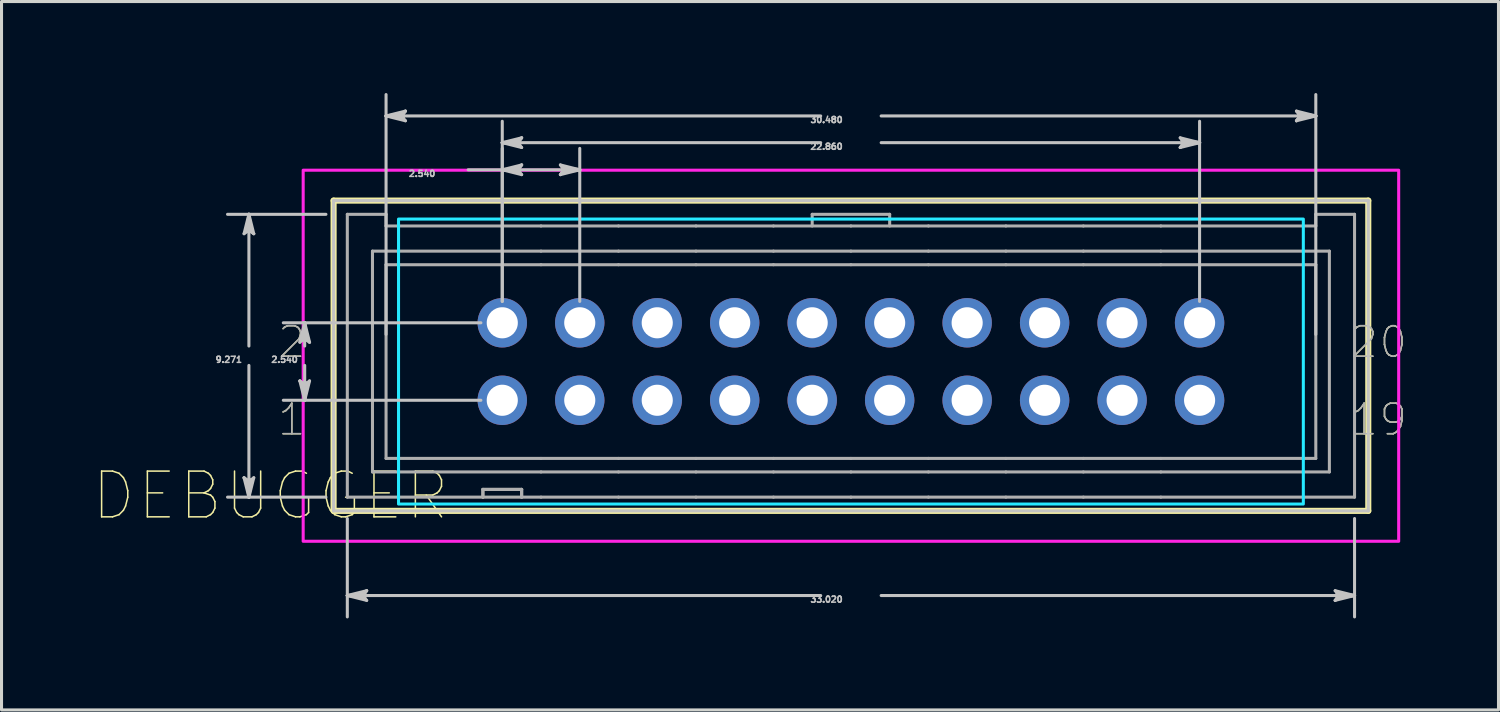
<source format=kicad_pcb>
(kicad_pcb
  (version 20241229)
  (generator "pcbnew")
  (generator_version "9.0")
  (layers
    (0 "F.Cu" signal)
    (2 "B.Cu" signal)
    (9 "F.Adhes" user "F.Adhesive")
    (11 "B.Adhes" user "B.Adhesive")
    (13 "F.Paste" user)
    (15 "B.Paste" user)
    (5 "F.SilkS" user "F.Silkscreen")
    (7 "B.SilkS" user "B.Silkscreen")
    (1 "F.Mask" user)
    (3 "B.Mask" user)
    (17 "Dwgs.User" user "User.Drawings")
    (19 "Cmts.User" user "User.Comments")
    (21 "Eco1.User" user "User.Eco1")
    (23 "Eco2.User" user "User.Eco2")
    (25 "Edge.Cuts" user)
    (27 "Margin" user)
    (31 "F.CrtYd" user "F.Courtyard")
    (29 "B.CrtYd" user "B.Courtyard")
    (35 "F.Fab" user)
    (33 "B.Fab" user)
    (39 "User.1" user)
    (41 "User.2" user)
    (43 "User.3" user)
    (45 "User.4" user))
  (footprint "DEBUGGER"
    (layer "F.Cu")
    (at 24.846 8.612)
    (property "Reference" "DEBUGGER" (at -19.029 4.59 0) (layer "F.SilkS") (effects (font (size 1.5 1.5) (thickness 0.05))))
    (attr through_hole)
    (fp_circle (center -11.43 -1.08) (end -10.569 -1.08) (stroke (width 0) (type solid)) (fill yes) (layer "F.Mask"))
    (fp_circle (center -11.43 1.46) (end -10.569 1.46) (stroke (width 0) (type solid)) (fill yes) (layer "F.Mask"))
    (fp_circle (center -8.89 -1.08) (end -8.029 -1.08) (stroke (width 0) (type solid)) (fill yes) (layer "F.Mask"))
    (fp_circle (center -8.89 1.46) (end -8.029 1.46) (stroke (width 0) (type solid)) (fill yes) (layer "F.Mask"))
    (fp_circle (center -6.35 -1.08) (end -5.489 -1.08) (stroke (width 0) (type solid)) (fill yes) (layer "F.Mask"))
    (fp_circle (center -6.35 1.46) (end -5.489 1.46) (stroke (width 0) (type solid)) (fill yes) (layer "F.Mask"))
    (fp_circle (center -3.81 -1.08) (end -2.949 -1.08) (stroke (width 0) (type solid)) (fill yes) (layer "F.Mask"))
    (fp_circle (center -3.81 1.46) (end -2.949 1.46) (stroke (width 0) (type solid)) (fill yes) (layer "F.Mask"))
    (fp_circle (center -1.27 -1.08) (end -0.409 -1.08) (stroke (width 0) (type solid)) (fill yes) (layer "F.Mask"))
    (fp_circle (center -1.27 1.46) (end -0.409 1.46) (stroke (width 0) (type solid)) (fill yes) (layer "F.Mask"))
    (fp_circle (center 1.27 -1.08) (end 2.131 -1.08) (stroke (width 0) (type solid)) (fill yes) (layer "F.Mask"))
    (fp_circle (center 1.27 1.46) (end 2.131 1.46) (stroke (width 0) (type solid)) (fill yes) (layer "F.Mask"))
    (fp_circle (center 3.81 -1.08) (end 4.671 -1.08) (stroke (width 0) (type solid)) (fill yes) (layer "F.Mask"))
    (fp_circle (center 3.81 1.46) (end 4.671 1.46) (stroke (width 0) (type solid)) (fill yes) (layer "F.Mask"))
    (fp_circle (center 6.35 -1.08) (end 7.211 -1.08) (stroke (width 0) (type solid)) (fill yes) (layer "F.Mask"))
    (fp_circle (center 6.35 1.46) (end 7.211 1.46) (stroke (width 0) (type solid)) (fill yes) (layer "F.Mask"))
    (fp_circle (center 8.89 -1.08) (end 9.751 -1.08) (stroke (width 0) (type solid)) (fill yes) (layer "F.Mask"))
    (fp_circle (center 8.89 1.46) (end 9.751 1.46) (stroke (width 0) (type solid)) (fill yes) (layer "F.Mask"))
    (fp_circle (center 11.43 -1.08) (end 12.291 -1.08) (stroke (width 0) (type solid)) (fill yes) (layer "F.Mask"))
    (fp_circle (center 11.43 1.46) (end 12.291 1.46) (stroke (width 0) (type solid)) (fill yes) (layer "F.Mask"))
    (fp_circle (center -11.43 -1.08) (end -10.569 -1.08) (stroke (width 0) (type solid)) (fill yes) (layer "B.Mask"))
    (fp_circle (center -11.43 1.46) (end -10.569 1.46) (stroke (width 0) (type solid)) (fill yes) (layer "B.Mask"))
    (fp_circle (center -8.89 -1.08) (end -8.029 -1.08) (stroke (width 0) (type solid)) (fill yes) (layer "B.Mask"))
    (fp_circle (center -8.89 1.46) (end -8.029 1.46) (stroke (width 0) (type solid)) (fill yes) (layer "B.Mask"))
    (fp_circle (center -6.35 -1.08) (end -5.489 -1.08) (stroke (width 0) (type solid)) (fill yes) (layer "B.Mask"))
    (fp_circle (center -6.35 1.46) (end -5.489 1.46) (stroke (width 0) (type solid)) (fill yes) (layer "B.Mask"))
    (fp_circle (center -3.81 -1.08) (end -2.949 -1.08) (stroke (width 0) (type solid)) (fill yes) (layer "B.Mask"))
    (fp_circle (center -3.81 1.46) (end -2.949 1.46) (stroke (width 0) (type solid)) (fill yes) (layer "B.Mask"))
    (fp_circle (center -1.27 -1.08) (end -0.409 -1.08) (stroke (width 0) (type solid)) (fill yes) (layer "B.Mask"))
    (fp_circle (center -1.27 1.46) (end -0.409 1.46) (stroke (width 0) (type solid)) (fill yes) (layer "B.Mask"))
    (fp_circle (center 1.27 -1.08) (end 2.131 -1.08) (stroke (width 0) (type solid)) (fill yes) (layer "B.Mask"))
    (fp_circle (center 1.27 1.46) (end 2.131 1.46) (stroke (width 0) (type solid)) (fill yes) (layer "B.Mask"))
    (fp_circle (center 3.81 -1.08) (end 4.671 -1.08) (stroke (width 0) (type solid)) (fill yes) (layer "B.Mask"))
    (fp_circle (center 3.81 1.46) (end 4.671 1.46) (stroke (width 0) (type solid)) (fill yes) (layer "B.Mask"))
    (fp_circle (center 6.35 -1.08) (end 7.211 -1.08) (stroke (width 0) (type solid)) (fill yes) (layer "B.Mask"))
    (fp_circle (center 6.35 1.46) (end 7.211 1.46) (stroke (width 0) (type solid)) (fill yes) (layer "B.Mask"))
    (fp_circle (center 8.89 -1.08) (end 9.751 -1.08) (stroke (width 0) (type solid)) (fill yes) (layer "B.Mask"))
    (fp_circle (center 8.89 1.46) (end 9.751 1.46) (stroke (width 0) (type solid)) (fill yes) (layer "B.Mask"))
    (fp_circle (center 11.43 -1.08) (end 12.291 -1.08) (stroke (width 0) (type solid)) (fill yes) (layer "B.Mask"))
    (fp_circle (center 11.43 1.46) (end 12.291 1.46) (stroke (width 0) (type solid)) (fill yes) (layer "B.Mask"))
    (fp_line (start -16.96 -5.086) (end -16.96 5.086) (stroke (width 0.2) (type solid)) (layer "F.SilkS"))
    (fp_line (start -16.96 5.086) (end 16.96 5.086) (stroke (width 0.2) (type solid)) (layer "F.SilkS"))
    (fp_line (start 16.96 -5.086) (end -16.96 -5.086) (stroke (width 0.2) (type solid)) (layer "F.SilkS"))
    (fp_line (start 16.96 5.086) (end 16.96 -5.086) (stroke (width 0.2) (type solid)) (layer "F.SilkS"))
    (fp_line (start -19.895 -4) (end -19.736 -4.128) (stroke (width 0.1) (type solid)) (layer "Dwgs.User"))
    (fp_line (start -19.895 4) (end -19.736 4.636) (stroke (width 0.1) (type solid)) (layer "Dwgs.User"))
    (fp_line (start -19.815 -4.064) (end -19.736 -4.128) (stroke (width 0.1) (type solid)) (layer "Dwgs.User"))
    (fp_line (start -19.815 4.064) (end -19.895 4) (stroke (width 0.1) (type solid)) (layer "Dwgs.User"))
    (fp_line (start -19.736 -4.636) (end -19.895 -4) (stroke (width 0.1) (type solid)) (layer "Dwgs.User"))
    (fp_line (start -19.736 -4.636) (end -19.815 -4.064) (stroke (width 0.1) (type solid)) (layer "Dwgs.User"))
    (fp_line (start -19.736 -4.636) (end -19.656 -4.064) (stroke (width 0.1) (type solid)) (layer "Dwgs.User"))
    (fp_line (start -19.736 -4.128) (end -19.736 -4.636) (stroke (width 0.1) (type solid)) (layer "Dwgs.User"))
    (fp_line (start -19.736 -4.128) (end -19.577 -4) (stroke (width 0.1) (type solid)) (layer "Dwgs.User"))
    (fp_line (start -19.736 -0.318) (end -19.736 -4.636) (stroke (width 0.1) (type solid)) (layer "Dwgs.User"))
    (fp_line (start -19.736 0.318) (end -19.736 4.636) (stroke (width 0.1) (type solid)) (layer "Dwgs.User"))
    (fp_line (start -19.736 4.128) (end -19.895 4) (stroke (width 0.1) (type solid)) (layer "Dwgs.User"))
    (fp_line (start -19.736 4.128) (end -19.736 4.636) (stroke (width 0.1) (type solid)) (layer "Dwgs.User"))
    (fp_line (start -19.736 4.636) (end -19.815 4.064) (stroke (width 0.1) (type solid)) (layer "Dwgs.User"))
    (fp_line (start -19.736 4.636) (end -19.656 4.064) (stroke (width 0.1) (type solid)) (layer "Dwgs.User"))
    (fp_line (start -19.736 4.636) (end -19.577 4) (stroke (width 0.1) (type solid)) (layer "Dwgs.User"))
    (fp_line (start -19.656 -4.064) (end -19.577 -4) (stroke (width 0.1) (type solid)) (layer "Dwgs.User"))
    (fp_line (start -19.656 4.064) (end -19.736 4.128) (stroke (width 0.1) (type solid)) (layer "Dwgs.User"))
    (fp_line (start -19.577 -4) (end -19.736 -4.636) (stroke (width 0.1) (type solid)) (layer "Dwgs.User"))
    (fp_line (start -19.577 4) (end -19.736 4.128) (stroke (width 0.1) (type solid)) (layer "Dwgs.User"))
    (fp_line (start -18.066 -0.444) (end -17.907 -0.572) (stroke (width 0.1) (type solid)) (layer "Dwgs.User"))
    (fp_line (start -18.066 0.826) (end -17.907 1.46) (stroke (width 0.1) (type solid)) (layer "Dwgs.User"))
    (fp_line (start -17.986 -0.508) (end -17.907 -0.572) (stroke (width 0.1) (type solid)) (layer "Dwgs.User"))
    (fp_line (start -17.986 0.889) (end -18.066 0.826) (stroke (width 0.1) (type solid)) (layer "Dwgs.User"))
    (fp_line (start -17.907 -1.08) (end -18.066 -0.444) (stroke (width 0.1) (type solid)) (layer "Dwgs.User"))
    (fp_line (start -17.907 -1.08) (end -17.986 -0.508) (stroke (width 0.1) (type solid)) (layer "Dwgs.User"))
    (fp_line (start -17.907 -1.08) (end -17.828 -0.508) (stroke (width 0.1) (type solid)) (layer "Dwgs.User"))
    (fp_line (start -17.907 -0.572) (end -17.907 -1.08) (stroke (width 0.1) (type solid)) (layer "Dwgs.User"))
    (fp_line (start -17.907 -0.572) (end -17.748 -0.444) (stroke (width 0.1) (type solid)) (layer "Dwgs.User"))
    (fp_line (start -17.907 -0.318) (end -17.907 -1.08) (stroke (width 0.1) (type solid)) (layer "Dwgs.User"))
    (fp_line (start -17.907 0.318) (end -17.907 1.46) (stroke (width 0.1) (type solid)) (layer "Dwgs.User"))
    (fp_line (start -17.907 0.952) (end -18.066 0.826) (stroke (width 0.1) (type solid)) (layer "Dwgs.User"))
    (fp_line (start -17.907 0.952) (end -17.907 1.46) (stroke (width 0.1) (type solid)) (layer "Dwgs.User"))
    (fp_line (start -17.907 1.46) (end -17.986 0.889) (stroke (width 0.1) (type solid)) (layer "Dwgs.User"))
    (fp_line (start -17.907 1.46) (end -17.828 0.889) (stroke (width 0.1) (type solid)) (layer "Dwgs.User"))
    (fp_line (start -17.907 1.46) (end -17.748 0.826) (stroke (width 0.1) (type solid)) (layer "Dwgs.User"))
    (fp_line (start -17.828 -0.508) (end -17.748 -0.444) (stroke (width 0.1) (type solid)) (layer "Dwgs.User"))
    (fp_line (start -17.828 0.889) (end -17.907 0.952) (stroke (width 0.1) (type solid)) (layer "Dwgs.User"))
    (fp_line (start -17.748 -0.444) (end -17.907 -1.08) (stroke (width 0.1) (type solid)) (layer "Dwgs.User"))
    (fp_line (start -17.748 0.826) (end -17.907 0.952) (stroke (width 0.1) (type solid)) (layer "Dwgs.User"))
    (fp_line (start -17.211 -4.636) (end -20.437 -4.636) (stroke (width 0.1) (type solid)) (layer "Dwgs.User"))
    (fp_line (start -17.211 4.636) (end -20.437 4.636) (stroke (width 0.1) (type solid)) (layer "Dwgs.User"))
    (fp_line (start -16.96 -5.086) (end -16.96 5.086) (stroke (width 0.1) (type solid)) (layer "Dwgs.User"))
    (fp_line (start -16.96 5.086) (end 16.96 5.086) (stroke (width 0.1) (type solid)) (layer "Dwgs.User"))
    (fp_line (start -16.51 5.337) (end -16.51 8.562) (stroke (width 0.1) (type solid)) (layer "Dwgs.User"))
    (fp_line (start -16.51 7.861) (end -15.938 7.782) (stroke (width 0.1) (type solid)) (layer "Dwgs.User"))
    (fp_line (start -16.51 7.861) (end -15.938 7.941) (stroke (width 0.1) (type solid)) (layer "Dwgs.User"))
    (fp_line (start -16.51 7.861) (end -15.875 8.02) (stroke (width 0.1) (type solid)) (layer "Dwgs.User"))
    (fp_line (start -16.002 7.861) (end -16.51 7.861) (stroke (width 0.1) (type solid)) (layer "Dwgs.User"))
    (fp_line (start -16.002 7.861) (end -15.875 7.703) (stroke (width 0.1) (type solid)) (layer "Dwgs.User"))
    (fp_line (start -15.938 7.782) (end -15.875 7.703) (stroke (width 0.1) (type solid)) (layer "Dwgs.User"))
    (fp_line (start -15.938 7.941) (end -16.002 7.861) (stroke (width 0.1) (type solid)) (layer "Dwgs.User"))
    (fp_line (start -15.875 7.703) (end -16.51 7.861) (stroke (width 0.1) (type solid)) (layer "Dwgs.User"))
    (fp_line (start -15.875 8.02) (end -16.002 7.861) (stroke (width 0.1) (type solid)) (layer "Dwgs.User"))
    (fp_line (start -15.24 -7.861) (end -14.668 -7.941) (stroke (width 0.1) (type solid)) (layer "Dwgs.User"))
    (fp_line (start -15.24 -7.861) (end -14.668 -7.782) (stroke (width 0.1) (type solid)) (layer "Dwgs.User"))
    (fp_line (start -15.24 -7.861) (end -14.605 -7.703) (stroke (width 0.1) (type solid)) (layer "Dwgs.User"))
    (fp_line (start -15.24 -0.701) (end -15.24 -8.562) (stroke (width 0.1) (type solid)) (layer "Dwgs.User"))
    (fp_line (start -14.732 -7.861) (end -15.24 -7.861) (stroke (width 0.1) (type solid)) (layer "Dwgs.User"))
    (fp_line (start -14.732 -7.861) (end -14.605 -8.02) (stroke (width 0.1) (type solid)) (layer "Dwgs.User"))
    (fp_line (start -14.668 -7.941) (end -14.605 -8.02) (stroke (width 0.1) (type solid)) (layer "Dwgs.User"))
    (fp_line (start -14.668 -7.782) (end -14.732 -7.861) (stroke (width 0.1) (type solid)) (layer "Dwgs.User"))
    (fp_line (start -14.605 -8.02) (end -15.24 -7.861) (stroke (width 0.1) (type solid)) (layer "Dwgs.User"))
    (fp_line (start -14.605 -7.703) (end -14.732 -7.861) (stroke (width 0.1) (type solid)) (layer "Dwgs.User"))
    (fp_line (start -12.548 -6.096) (end -11.43 -6.096) (stroke (width 0.1) (type solid)) (layer "Dwgs.User"))
    (fp_line (start -12.131 -1.08) (end -18.608 -1.08) (stroke (width 0.1) (type solid)) (layer "Dwgs.User"))
    (fp_line (start -12.131 1.46) (end -18.608 1.46) (stroke (width 0.1) (type solid)) (layer "Dwgs.User"))
    (fp_line (start -11.43 -6.985) (end -10.858 -7.064) (stroke (width 0.1) (type solid)) (layer "Dwgs.User"))
    (fp_line (start -11.43 -6.985) (end -10.858 -6.906) (stroke (width 0.1) (type solid)) (layer "Dwgs.User"))
    (fp_line (start -11.43 -6.985) (end -10.795 -6.826) (stroke (width 0.1) (type solid)) (layer "Dwgs.User"))
    (fp_line (start -11.43 -6.096) (end -10.858 -6.175) (stroke (width 0.1) (type solid)) (layer "Dwgs.User"))
    (fp_line (start -11.43 -6.096) (end -10.858 -6.017) (stroke (width 0.1) (type solid)) (layer "Dwgs.User"))
    (fp_line (start -11.43 -6.096) (end -10.795 -5.937) (stroke (width 0.1) (type solid)) (layer "Dwgs.User"))
    (fp_line (start -11.43 -6.096) (end -8.89 -6.096) (stroke (width 0.1) (type solid)) (layer "Dwgs.User"))
    (fp_line (start -11.43 -1.781) (end -11.43 -7.686) (stroke (width 0.1) (type solid)) (layer "Dwgs.User"))
    (fp_line (start -11.43 -1.781) (end -11.43 -6.797) (stroke (width 0.1) (type solid)) (layer "Dwgs.User"))
    (fp_line (start -10.922 -6.985) (end -11.43 -6.985) (stroke (width 0.1) (type solid)) (layer "Dwgs.User"))
    (fp_line (start -10.922 -6.985) (end -10.795 -7.144) (stroke (width 0.1) (type solid)) (layer "Dwgs.User"))
    (fp_line (start -10.922 -6.096) (end -11.43 -6.096) (stroke (width 0.1) (type solid)) (layer "Dwgs.User"))
    (fp_line (start -10.922 -6.096) (end -10.795 -6.255) (stroke (width 0.1) (type solid)) (layer "Dwgs.User"))
    (fp_line (start -10.858 -7.064) (end -10.795 -7.144) (stroke (width 0.1) (type solid)) (layer "Dwgs.User"))
    (fp_line (start -10.858 -6.906) (end -10.922 -6.985) (stroke (width 0.1) (type solid)) (layer "Dwgs.User"))
    (fp_line (start -10.858 -6.175) (end -10.795 -6.255) (stroke (width 0.1) (type solid)) (layer "Dwgs.User"))
    (fp_line (start -10.858 -6.017) (end -10.922 -6.096) (stroke (width 0.1) (type solid)) (layer "Dwgs.User"))
    (fp_line (start -10.795 -7.144) (end -11.43 -6.985) (stroke (width 0.1) (type solid)) (layer "Dwgs.User"))
    (fp_line (start -10.795 -6.826) (end -10.922 -6.985) (stroke (width 0.1) (type solid)) (layer "Dwgs.User"))
    (fp_line (start -10.795 -6.255) (end -11.43 -6.096) (stroke (width 0.1) (type solid)) (layer "Dwgs.User"))
    (fp_line (start -10.795 -5.937) (end -10.922 -6.096) (stroke (width 0.1) (type solid)) (layer "Dwgs.User"))
    (fp_line (start -9.525 -6.255) (end -9.398 -6.096) (stroke (width 0.1) (type solid)) (layer "Dwgs.User"))
    (fp_line (start -9.525 -5.937) (end -8.89 -6.096) (stroke (width 0.1) (type solid)) (layer "Dwgs.User"))
    (fp_line (start -9.462 -6.175) (end -9.398 -6.096) (stroke (width 0.1) (type solid)) (layer "Dwgs.User"))
    (fp_line (start -9.462 -6.017) (end -9.525 -5.937) (stroke (width 0.1) (type solid)) (layer "Dwgs.User"))
    (fp_line (start -9.398 -6.096) (end -9.525 -5.937) (stroke (width 0.1) (type solid)) (layer "Dwgs.User"))
    (fp_line (start -9.398 -6.096) (end -8.89 -6.096) (stroke (width 0.1) (type solid)) (layer "Dwgs.User"))
    (fp_line (start -8.89 -6.096) (end -9.525 -6.255) (stroke (width 0.1) (type solid)) (layer "Dwgs.User"))
    (fp_line (start -8.89 -6.096) (end -9.462 -6.175) (stroke (width 0.1) (type solid)) (layer "Dwgs.User"))
    (fp_line (start -8.89 -6.096) (end -9.462 -6.017) (stroke (width 0.1) (type solid)) (layer "Dwgs.User"))
    (fp_line (start -8.89 -1.781) (end -8.89 -6.797) (stroke (width 0.1) (type solid)) (layer "Dwgs.User"))
    (fp_line (start -0.991 -7.861) (end -15.24 -7.861) (stroke (width 0.1) (type solid)) (layer "Dwgs.User"))
    (fp_line (start -0.991 -6.985) (end -11.43 -6.985) (stroke (width 0.1) (type solid)) (layer "Dwgs.User"))
    (fp_line (start -0.991 7.861) (end -16.51 7.861) (stroke (width 0.1) (type solid)) (layer "Dwgs.User"))
    (fp_line (start 0.991 -7.861) (end 15.24 -7.861) (stroke (width 0.1) (type solid)) (layer "Dwgs.User"))
    (fp_line (start 0.991 -6.985) (end 11.43 -6.985) (stroke (width 0.1) (type solid)) (layer "Dwgs.User"))
    (fp_line (start 0.991 7.861) (end 16.51 7.861) (stroke (width 0.1) (type solid)) (layer "Dwgs.User"))
    (fp_line (start 10.795 -7.144) (end 10.922 -6.985) (stroke (width 0.1) (type solid)) (layer "Dwgs.User"))
    (fp_line (start 10.795 -6.826) (end 11.43 -6.985) (stroke (width 0.1) (type solid)) (layer "Dwgs.User"))
    (fp_line (start 10.858 -7.064) (end 10.922 -6.985) (stroke (width 0.1) (type solid)) (layer "Dwgs.User"))
    (fp_line (start 10.858 -6.906) (end 10.795 -6.826) (stroke (width 0.1) (type solid)) (layer "Dwgs.User"))
    (fp_line (start 10.922 -6.985) (end 10.795 -6.826) (stroke (width 0.1) (type solid)) (layer "Dwgs.User"))
    (fp_line (start 10.922 -6.985) (end 11.43 -6.985) (stroke (width 0.1) (type solid)) (layer "Dwgs.User"))
    (fp_line (start 11.43 -6.985) (end 10.795 -7.144) (stroke (width 0.1) (type solid)) (layer "Dwgs.User"))
    (fp_line (start 11.43 -6.985) (end 10.858 -7.064) (stroke (width 0.1) (type solid)) (layer "Dwgs.User"))
    (fp_line (start 11.43 -6.985) (end 10.858 -6.906) (stroke (width 0.1) (type solid)) (layer "Dwgs.User"))
    (fp_line (start 11.43 -1.781) (end 11.43 -7.686) (stroke (width 0.1) (type solid)) (layer "Dwgs.User"))
    (fp_line (start 14.605 -8.02) (end 14.732 -7.861) (stroke (width 0.1) (type solid)) (layer "Dwgs.User"))
    (fp_line (start 14.605 -7.703) (end 15.24 -7.861) (stroke (width 0.1) (type solid)) (layer "Dwgs.User"))
    (fp_line (start 14.668 -7.941) (end 14.732 -7.861) (stroke (width 0.1) (type solid)) (layer "Dwgs.User"))
    (fp_line (start 14.668 -7.782) (end 14.605 -7.703) (stroke (width 0.1) (type solid)) (layer "Dwgs.User"))
    (fp_line (start 14.732 -7.861) (end 14.605 -7.703) (stroke (width 0.1) (type solid)) (layer "Dwgs.User"))
    (fp_line (start 14.732 -7.861) (end 15.24 -7.861) (stroke (width 0.1) (type solid)) (layer "Dwgs.User"))
    (fp_line (start 15.24 -7.861) (end 14.605 -8.02) (stroke (width 0.1) (type solid)) (layer "Dwgs.User"))
    (fp_line (start 15.24 -7.861) (end 14.668 -7.941) (stroke (width 0.1) (type solid)) (layer "Dwgs.User"))
    (fp_line (start 15.24 -7.861) (end 14.668 -7.782) (stroke (width 0.1) (type solid)) (layer "Dwgs.User"))
    (fp_line (start 15.24 -0.701) (end 15.24 -8.562) (stroke (width 0.1) (type solid)) (layer "Dwgs.User"))
    (fp_line (start 15.875 7.703) (end 16.002 7.861) (stroke (width 0.1) (type solid)) (layer "Dwgs.User"))
    (fp_line (start 15.875 8.02) (end 16.51 7.861) (stroke (width 0.1) (type solid)) (layer "Dwgs.User"))
    (fp_line (start 15.938 7.782) (end 16.002 7.861) (stroke (width 0.1) (type solid)) (layer "Dwgs.User"))
    (fp_line (start 15.938 7.941) (end 15.875 8.02) (stroke (width 0.1) (type solid)) (layer "Dwgs.User"))
    (fp_line (start 16.002 7.861) (end 15.875 8.02) (stroke (width 0.1) (type solid)) (layer "Dwgs.User"))
    (fp_line (start 16.002 7.861) (end 16.51 7.861) (stroke (width 0.1) (type solid)) (layer "Dwgs.User"))
    (fp_line (start 16.51 5.337) (end 16.51 8.562) (stroke (width 0.1) (type solid)) (layer "Dwgs.User"))
    (fp_line (start 16.51 7.861) (end 15.875 7.703) (stroke (width 0.1) (type solid)) (layer "Dwgs.User"))
    (fp_line (start 16.51 7.861) (end 15.938 7.782) (stroke (width 0.1) (type solid)) (layer "Dwgs.User"))
    (fp_line (start 16.51 7.861) (end 15.938 7.941) (stroke (width 0.1) (type solid)) (layer "Dwgs.User"))
    (fp_line (start 16.96 -5.086) (end -16.96 -5.086) (stroke (width 0.1) (type solid)) (layer "Dwgs.User"))
    (fp_line (start 16.96 5.086) (end 16.96 -5.086) (stroke (width 0.1) (type solid)) (layer "Dwgs.User"))
    (fp_poly (pts (xy -14.831 4.862) (xy -14.831 -4.48) (xy 14.831 -4.48) (xy 14.831 4.862) (xy -14.831 4.862)) (stroke (width 0.1) (type solid)) (fill no) (layer "B.CrtYd"))
    (fp_poly (pts (xy 17.957 -6.083) (xy -17.957 -6.083) (xy -17.957 6.083) (xy 17.957 6.083) (xy 17.957 -6.083)) (stroke (width 0.1) (type solid)) (fill no) (layer "F.CrtYd"))
    (fp_line (start -16.51 -4.636) (end -16.51 4.636) (stroke (width 0.1) (type solid)) (layer "F.Fab"))
    (fp_line (start -15.685 -3.429) (end -15.685 3.81) (stroke (width 0.1) (type solid)) (layer "F.Fab"))
    (fp_line (start -15.685 3.81) (end -10.16 3.81) (stroke (width 0.1) (type solid)) (layer "F.Fab"))
    (fp_line (start -15.24 -4.636) (end -16.51 -4.636) (stroke (width 0.1) (type solid)) (layer "F.Fab"))
    (fp_line (start -15.24 -4.254) (end -15.24 -4.636) (stroke (width 0.1) (type solid)) (layer "F.Fab"))
    (fp_line (start -15.24 -2.984) (end -15.24 3.366) (stroke (width 0.1) (type solid)) (layer "F.Fab"))
    (fp_line (start -15.24 3.366) (end -10.16 3.366) (stroke (width 0.1) (type solid)) (layer "F.Fab"))
    (fp_line (start -12.065 4.382) (end -12.065 4.636) (stroke (width 0.1) (type solid)) (layer "F.Fab"))
    (fp_line (start -12.065 4.382) (end -12.065 4.636) (stroke (width 0.1) (type solid)) (layer "F.Fab"))
    (fp_line (start -12.065 4.636) (end -16.51 4.636) (stroke (width 0.1) (type solid)) (layer "F.Fab"))
    (fp_line (start -11.748 -1.397) (end -11.748 -0.762) (stroke (width 0.1) (type solid)) (layer "F.Fab"))
    (fp_line (start -11.748 1.143) (end -11.748 1.778) (stroke (width 0.1) (type solid)) (layer "F.Fab"))
    (fp_line (start -11.112 -1.397) (end -11.748 -1.397) (stroke (width 0.1) (type solid)) (layer "F.Fab"))
    (fp_line (start -11.112 -1.397) (end -11.112 -0.762) (stroke (width 0.1) (type solid)) (layer "F.Fab"))
    (fp_line (start -11.112 -0.762) (end -11.748 -0.762) (stroke (width 0.1) (type solid)) (layer "F.Fab"))
    (fp_line (start -11.112 1.143) (end -11.748 1.143) (stroke (width 0.1) (type solid)) (layer "F.Fab"))
    (fp_line (start -11.112 1.143) (end -11.112 1.778) (stroke (width 0.1) (type solid)) (layer "F.Fab"))
    (fp_line (start -11.112 1.778) (end -11.748 1.778) (stroke (width 0.1) (type solid)) (layer "F.Fab"))
    (fp_line (start -10.795 4.382) (end -12.065 4.382) (stroke (width 0.1) (type solid)) (layer "F.Fab"))
    (fp_line (start -10.795 4.382) (end -12.065 4.382) (stroke (width 0.1) (type solid)) (layer "F.Fab"))
    (fp_line (start -10.795 4.382) (end -10.795 4.636) (stroke (width 0.1) (type solid)) (layer "F.Fab"))
    (fp_line (start -10.795 4.382) (end -10.795 4.636) (stroke (width 0.1) (type solid)) (layer "F.Fab"))
    (fp_line (start -10.795 4.636) (end -12.065 4.636) (stroke (width 0.1) (type solid)) (layer "F.Fab"))
    (fp_line (start -10.16 -4.254) (end -15.24 -4.254) (stroke (width 0.1) (type solid)) (layer "F.Fab"))
    (fp_line (start -10.16 -3.429) (end -15.685 -3.429) (stroke (width 0.1) (type solid)) (layer "F.Fab"))
    (fp_line (start -10.16 -2.984) (end -15.24 -2.984) (stroke (width 0.1) (type solid)) (layer "F.Fab"))
    (fp_line (start -10.16 3.366) (end -7.62 3.366) (stroke (width 0.1) (type solid)) (layer "F.Fab"))
    (fp_line (start -10.16 3.81) (end -7.62 3.81) (stroke (width 0.1) (type solid)) (layer "F.Fab"))
    (fp_line (start -10.16 4.636) (end -10.795 4.636) (stroke (width 0.1) (type solid)) (layer "F.Fab"))
    (fp_line (start -9.208 -0.762) (end -9.208 -1.397) (stroke (width 0.1) (type solid)) (layer "F.Fab"))
    (fp_line (start -9.208 1.778) (end -9.208 1.143) (stroke (width 0.1) (type solid)) (layer "F.Fab"))
    (fp_line (start -8.572 -1.397) (end -9.208 -1.397) (stroke (width 0.1) (type solid)) (layer "F.Fab"))
    (fp_line (start -8.572 -1.397) (end -8.572 -0.762) (stroke (width 0.1) (type solid)) (layer "F.Fab"))
    (fp_line (start -8.572 -0.762) (end -9.208 -0.762) (stroke (width 0.1) (type solid)) (layer "F.Fab"))
    (fp_line (start -8.572 1.143) (end -9.208 1.143) (stroke (width 0.1) (type solid)) (layer "F.Fab"))
    (fp_line (start -8.572 1.143) (end -8.572 1.778) (stroke (width 0.1) (type solid)) (layer "F.Fab"))
    (fp_line (start -8.572 1.778) (end -9.208 1.778) (stroke (width 0.1) (type solid)) (layer "F.Fab"))
    (fp_line (start -7.62 -4.254) (end -10.16 -4.254) (stroke (width 0.1) (type solid)) (layer "F.Fab"))
    (fp_line (start -7.62 -3.429) (end -10.16 -3.429) (stroke (width 0.1) (type solid)) (layer "F.Fab"))
    (fp_line (start -7.62 -2.984) (end -10.16 -2.984) (stroke (width 0.1) (type solid)) (layer "F.Fab"))
    (fp_line (start -7.62 3.366) (end -5.08 3.366) (stroke (width 0.1) (type solid)) (layer "F.Fab"))
    (fp_line (start -7.62 3.81) (end -5.08 3.81) (stroke (width 0.1) (type solid)) (layer "F.Fab"))
    (fp_line (start -7.62 4.636) (end -10.16 4.636) (stroke (width 0.1) (type solid)) (layer "F.Fab"))
    (fp_line (start -6.668 -0.762) (end -6.668 -1.397) (stroke (width 0.1) (type solid)) (layer "F.Fab"))
    (fp_line (start -6.668 1.778) (end -6.668 1.143) (stroke (width 0.1) (type solid)) (layer "F.Fab"))
    (fp_line (start -6.032 -1.397) (end -6.668 -1.397) (stroke (width 0.1) (type solid)) (layer "F.Fab"))
    (fp_line (start -6.032 -1.397) (end -6.032 -0.762) (stroke (width 0.1) (type solid)) (layer "F.Fab"))
    (fp_line (start -6.032 -0.762) (end -6.668 -0.762) (stroke (width 0.1) (type solid)) (layer "F.Fab"))
    (fp_line (start -6.032 1.143) (end -6.668 1.143) (stroke (width 0.1) (type solid)) (layer "F.Fab"))
    (fp_line (start -6.032 1.143) (end -6.032 1.778) (stroke (width 0.1) (type solid)) (layer "F.Fab"))
    (fp_line (start -6.032 1.778) (end -6.668 1.778) (stroke (width 0.1) (type solid)) (layer "F.Fab"))
    (fp_line (start -5.08 -4.254) (end -7.62 -4.254) (stroke (width 0.1) (type solid)) (layer "F.Fab"))
    (fp_line (start -5.08 -3.429) (end -7.62 -3.429) (stroke (width 0.1) (type solid)) (layer "F.Fab"))
    (fp_line (start -5.08 -2.984) (end -7.62 -2.984) (stroke (width 0.1) (type solid)) (layer "F.Fab"))
    (fp_line (start -5.08 3.366) (end -2.54 3.366) (stroke (width 0.1) (type solid)) (layer "F.Fab"))
    (fp_line (start -5.08 3.81) (end -2.54 3.81) (stroke (width 0.1) (type solid)) (layer "F.Fab"))
    (fp_line (start -5.08 4.636) (end -7.62 4.636) (stroke (width 0.1) (type solid)) (layer "F.Fab"))
    (fp_line (start -4.128 -0.762) (end -4.128 -1.397) (stroke (width 0.1) (type solid)) (layer "F.Fab"))
    (fp_line (start -4.128 1.778) (end -4.128 1.143) (stroke (width 0.1) (type solid)) (layer "F.Fab"))
    (fp_line (start -3.492 -1.397) (end -4.128 -1.397) (stroke (width 0.1) (type solid)) (layer "F.Fab"))
    (fp_line (start -3.492 -1.397) (end -3.492 -0.762) (stroke (width 0.1) (type solid)) (layer "F.Fab"))
    (fp_line (start -3.492 -0.762) (end -4.128 -0.762) (stroke (width 0.1) (type solid)) (layer "F.Fab"))
    (fp_line (start -3.492 1.143) (end -4.128 1.143) (stroke (width 0.1) (type solid)) (layer "F.Fab"))
    (fp_line (start -3.492 1.143) (end -3.492 1.778) (stroke (width 0.1) (type solid)) (layer "F.Fab"))
    (fp_line (start -3.492 1.778) (end -4.128 1.778) (stroke (width 0.1) (type solid)) (layer "F.Fab"))
    (fp_line (start -2.54 -4.254) (end -5.08 -4.254) (stroke (width 0.1) (type solid)) (layer "F.Fab"))
    (fp_line (start -2.54 -3.429) (end -5.08 -3.429) (stroke (width 0.1) (type solid)) (layer "F.Fab"))
    (fp_line (start -2.54 -2.984) (end -5.08 -2.984) (stroke (width 0.1) (type solid)) (layer "F.Fab"))
    (fp_line (start -2.54 3.366) (end 0 3.366) (stroke (width 0.1) (type solid)) (layer "F.Fab"))
    (fp_line (start -2.54 3.81) (end 0 3.81) (stroke (width 0.1) (type solid)) (layer "F.Fab"))
    (fp_line (start -2.54 4.636) (end -5.08 4.636) (stroke (width 0.1) (type solid)) (layer "F.Fab"))
    (fp_line (start -1.588 -0.762) (end -1.588 -1.397) (stroke (width 0.1) (type solid)) (layer "F.Fab"))
    (fp_line (start -1.588 1.778) (end -1.588 1.143) (stroke (width 0.1) (type solid)) (layer "F.Fab"))
    (fp_line (start -1.27 -4.636) (end -1.27 -4.254) (stroke (width 0.1) (type solid)) (layer "F.Fab"))
    (fp_line (start -0.952 -1.397) (end -1.588 -1.397) (stroke (width 0.1) (type solid)) (layer "F.Fab"))
    (fp_line (start -0.952 -1.397) (end -0.952 -0.762) (stroke (width 0.1) (type solid)) (layer "F.Fab"))
    (fp_line (start -0.952 -0.762) (end -1.588 -0.762) (stroke (width 0.1) (type solid)) (layer "F.Fab"))
    (fp_line (start -0.952 1.143) (end -1.588 1.143) (stroke (width 0.1) (type solid)) (layer "F.Fab"))
    (fp_line (start -0.952 1.143) (end -0.952 1.778) (stroke (width 0.1) (type solid)) (layer "F.Fab"))
    (fp_line (start -0.952 1.778) (end -1.588 1.778) (stroke (width 0.1) (type solid)) (layer "F.Fab"))
    (fp_line (start 0 -4.254) (end -2.54 -4.254) (stroke (width 0.1) (type solid)) (layer "F.Fab"))
    (fp_line (start 0 -3.429) (end -2.54 -3.429) (stroke (width 0.1) (type solid)) (layer "F.Fab"))
    (fp_line (start 0 -2.984) (end -2.54 -2.984) (stroke (width 0.1) (type solid)) (layer "F.Fab"))
    (fp_line (start 0 3.366) (end 2.54 3.366) (stroke (width 0.1) (type solid)) (layer "F.Fab"))
    (fp_line (start 0 3.81) (end 2.54 3.81) (stroke (width 0.1) (type solid)) (layer "F.Fab"))
    (fp_line (start 0 4.636) (end -2.54 4.636) (stroke (width 0.1) (type solid)) (layer "F.Fab"))
    (fp_line (start 0.952 -0.762) (end 0.952 -1.397) (stroke (width 0.1) (type solid)) (layer "F.Fab"))
    (fp_line (start 0.952 1.778) (end 0.952 1.143) (stroke (width 0.1) (type solid)) (layer "F.Fab"))
    (fp_line (start 1.27 -4.636) (end -1.27 -4.636) (stroke (width 0.1) (type solid)) (layer "F.Fab"))
    (fp_line (start 1.27 -4.254) (end 1.27 -4.636) (stroke (width 0.1) (type solid)) (layer "F.Fab"))
    (fp_line (start 1.588 -1.397) (end 0.952 -1.397) (stroke (width 0.1) (type solid)) (layer "F.Fab"))
    (fp_line (start 1.588 -1.397) (end 1.588 -0.762) (stroke (width 0.1) (type solid)) (layer "F.Fab"))
    (fp_line (start 1.588 -0.762) (end 0.952 -0.762) (stroke (width 0.1) (type solid)) (layer "F.Fab"))
    (fp_line (start 1.588 1.143) (end 0.952 1.143) (stroke (width 0.1) (type solid)) (layer "F.Fab"))
    (fp_line (start 1.588 1.143) (end 1.588 1.778) (stroke (width 0.1) (type solid)) (layer "F.Fab"))
    (fp_line (start 1.588 1.778) (end 0.952 1.778) (stroke (width 0.1) (type solid)) (layer "F.Fab"))
    (fp_line (start 2.54 -4.254) (end 0 -4.254) (stroke (width 0.1) (type solid)) (layer "F.Fab"))
    (fp_line (start 2.54 -3.429) (end 0 -3.429) (stroke (width 0.1) (type solid)) (layer "F.Fab"))
    (fp_line (start 2.54 -2.984) (end 0 -2.984) (stroke (width 0.1) (type solid)) (layer "F.Fab"))
    (fp_line (start 2.54 3.366) (end 5.08 3.366) (stroke (width 0.1) (type solid)) (layer "F.Fab"))
    (fp_line (start 2.54 3.81) (end 5.08 3.81) (stroke (width 0.1) (type solid)) (layer "F.Fab"))
    (fp_line (start 2.54 4.636) (end 0 4.636) (stroke (width 0.1) (type solid)) (layer "F.Fab"))
    (fp_line (start 3.492 -0.762) (end 3.492 -1.397) (stroke (width 0.1) (type solid)) (layer "F.Fab"))
    (fp_line (start 3.492 1.778) (end 3.492 1.143) (stroke (width 0.1) (type solid)) (layer "F.Fab"))
    (fp_line (start 4.128 -1.397) (end 3.492 -1.397) (stroke (width 0.1) (type solid)) (layer "F.Fab"))
    (fp_line (start 4.128 -1.397) (end 4.128 -0.762) (stroke (width 0.1) (type solid)) (layer "F.Fab"))
    (fp_line (start 4.128 -0.762) (end 3.492 -0.762) (stroke (width 0.1) (type solid)) (layer "F.Fab"))
    (fp_line (start 4.128 1.143) (end 3.492 1.143) (stroke (width 0.1) (type solid)) (layer "F.Fab"))
    (fp_line (start 4.128 1.143) (end 4.128 1.778) (stroke (width 0.1) (type solid)) (layer "F.Fab"))
    (fp_line (start 4.128 1.778) (end 3.492 1.778) (stroke (width 0.1) (type solid)) (layer "F.Fab"))
    (fp_line (start 5.08 -4.254) (end 2.54 -4.254) (stroke (width 0.1) (type solid)) (layer "F.Fab"))
    (fp_line (start 5.08 -3.429) (end 2.54 -3.429) (stroke (width 0.1) (type solid)) (layer "F.Fab"))
    (fp_line (start 5.08 -2.984) (end 2.54 -2.984) (stroke (width 0.1) (type solid)) (layer "F.Fab"))
    (fp_line (start 5.08 3.366) (end 7.62 3.366) (stroke (width 0.1) (type solid)) (layer "F.Fab"))
    (fp_line (start 5.08 3.81) (end 7.62 3.81) (stroke (width 0.1) (type solid)) (layer "F.Fab"))
    (fp_line (start 5.08 4.636) (end 2.54 4.636) (stroke (width 0.1) (type solid)) (layer "F.Fab"))
    (fp_line (start 6.032 -0.762) (end 6.032 -1.397) (stroke (width 0.1) (type solid)) (layer "F.Fab"))
    (fp_line (start 6.032 1.778) (end 6.032 1.143) (stroke (width 0.1) (type solid)) (layer "F.Fab"))
    (fp_line (start 6.668 -1.397) (end 6.032 -1.397) (stroke (width 0.1) (type solid)) (layer "F.Fab"))
    (fp_line (start 6.668 -1.397) (end 6.668 -0.762) (stroke (width 0.1) (type solid)) (layer "F.Fab"))
    (fp_line (start 6.668 -0.762) (end 6.032 -0.762) (stroke (width 0.1) (type solid)) (layer "F.Fab"))
    (fp_line (start 6.668 1.143) (end 6.032 1.143) (stroke (width 0.1) (type solid)) (layer "F.Fab"))
    (fp_line (start 6.668 1.143) (end 6.668 1.778) (stroke (width 0.1) (type solid)) (layer "F.Fab"))
    (fp_line (start 6.668 1.778) (end 6.032 1.778) (stroke (width 0.1) (type solid)) (layer "F.Fab"))
    (fp_line (start 7.62 -4.254) (end 5.08 -4.254) (stroke (width 0.1) (type solid)) (layer "F.Fab"))
    (fp_line (start 7.62 -3.429) (end 5.08 -3.429) (stroke (width 0.1) (type solid)) (layer "F.Fab"))
    (fp_line (start 7.62 -2.984) (end 5.08 -2.984) (stroke (width 0.1) (type solid)) (layer "F.Fab"))
    (fp_line (start 7.62 3.366) (end 10.16 3.366) (stroke (width 0.1) (type solid)) (layer "F.Fab"))
    (fp_line (start 7.62 3.81) (end 10.16 3.81) (stroke (width 0.1) (type solid)) (layer "F.Fab"))
    (fp_line (start 7.62 4.636) (end 5.08 4.636) (stroke (width 0.1) (type solid)) (layer "F.Fab"))
    (fp_line (start 8.572 -0.762) (end 8.572 -1.397) (stroke (width 0.1) (type solid)) (layer "F.Fab"))
    (fp_line (start 8.572 1.778) (end 8.572 1.143) (stroke (width 0.1) (type solid)) (layer "F.Fab"))
    (fp_line (start 9.208 -1.397) (end 8.572 -1.397) (stroke (width 0.1) (type solid)) (layer "F.Fab"))
    (fp_line (start 9.208 -1.397) (end 9.208 -0.762) (stroke (width 0.1) (type solid)) (layer "F.Fab"))
    (fp_line (start 9.208 -0.762) (end 8.572 -0.762) (stroke (width 0.1) (type solid)) (layer "F.Fab"))
    (fp_line (start 9.208 1.143) (end 8.572 1.143) (stroke (width 0.1) (type solid)) (layer "F.Fab"))
    (fp_line (start 9.208 1.143) (end 9.208 1.778) (stroke (width 0.1) (type solid)) (layer "F.Fab"))
    (fp_line (start 9.208 1.778) (end 8.572 1.778) (stroke (width 0.1) (type solid)) (layer "F.Fab"))
    (fp_line (start 10.16 -4.254) (end 7.62 -4.254) (stroke (width 0.1) (type solid)) (layer "F.Fab"))
    (fp_line (start 10.16 -3.429) (end 7.62 -3.429) (stroke (width 0.1) (type solid)) (layer "F.Fab"))
    (fp_line (start 10.16 -2.984) (end 7.62 -2.984) (stroke (width 0.1) (type solid)) (layer "F.Fab"))
    (fp_line (start 10.16 3.366) (end 15.24 3.366) (stroke (width 0.1) (type solid)) (layer "F.Fab"))
    (fp_line (start 10.16 3.81) (end 15.685 3.81) (stroke (width 0.1) (type solid)) (layer "F.Fab"))
    (fp_line (start 10.16 4.636) (end 7.62 4.636) (stroke (width 0.1) (type solid)) (layer "F.Fab"))
    (fp_line (start 11.112 -0.762) (end 11.112 -1.397) (stroke (width 0.1) (type solid)) (layer "F.Fab"))
    (fp_line (start 11.112 -0.762) (end 11.748 -0.762) (stroke (width 0.1) (type solid)) (layer "F.Fab"))
    (fp_line (start 11.112 1.778) (end 11.112 1.143) (stroke (width 0.1) (type solid)) (layer "F.Fab"))
    (fp_line (start 11.748 -1.397) (end 11.112 -1.397) (stroke (width 0.1) (type solid)) (layer "F.Fab"))
    (fp_line (start 11.748 -1.397) (end 11.748 -0.762) (stroke (width 0.1) (type solid)) (layer "F.Fab"))
    (fp_line (start 11.748 -0.762) (end 11.112 -0.762) (stroke (width 0.1) (type solid)) (layer "F.Fab"))
    (fp_line (start 11.748 1.143) (end 11.112 1.143) (stroke (width 0.1) (type solid)) (layer "F.Fab"))
    (fp_line (start 11.748 1.143) (end 11.748 1.778) (stroke (width 0.1) (type solid)) (layer "F.Fab"))
    (fp_line (start 11.748 1.778) (end 11.112 1.778) (stroke (width 0.1) (type solid)) (layer "F.Fab"))
    (fp_line (start 15.24 -4.636) (end 15.24 -4.254) (stroke (width 0.1) (type solid)) (layer "F.Fab"))
    (fp_line (start 15.24 -4.254) (end 10.16 -4.254) (stroke (width 0.1) (type solid)) (layer "F.Fab"))
    (fp_line (start 15.24 -2.984) (end 10.16 -2.984) (stroke (width 0.1) (type solid)) (layer "F.Fab"))
    (fp_line (start 15.24 3.366) (end 15.24 -2.984) (stroke (width 0.1) (type solid)) (layer "F.Fab"))
    (fp_line (start 15.685 -3.429) (end 10.16 -3.429) (stroke (width 0.1) (type solid)) (layer "F.Fab"))
    (fp_line (start 15.685 3.81) (end 15.685 -3.429) (stroke (width 0.1) (type solid)) (layer "F.Fab"))
    (fp_line (start 16.51 -4.636) (end 15.24 -4.636) (stroke (width 0.1) (type solid)) (layer "F.Fab"))
    (fp_line (start 16.51 -4.636) (end 16.51 4.636) (stroke (width 0.1) (type solid)) (layer "F.Fab"))
    (fp_line (start 16.51 4.636) (end 10.16 4.636) (stroke (width 0.1) (type solid)) (layer "F.Fab"))
    (fp_text user "19" (at 17.301 2.096 0) (layer "F.SilkS") (effects (font (size 1 1) (thickness 0.05))))
    (fp_text user "2" (at -18.33 -0.444 0) (layer "F.SilkS") (effects (font (size 1 1) (thickness 0.05))))
    (fp_text user "20" (at 17.301 -0.444 0) (layer "F.SilkS") (effects (font (size 1 1) (thickness 0.05))))
    (fp_text user "1" (at -18.33 2.096 0) (layer "F.SilkS") (effects (font (size 1 1) (thickness 0.05))))
    (fp_text user "30.480" (at -0.8 -7.734 0) (layer "Dwgs.User") (effects (font (size 0.2 0.2) (thickness 0.05))))
    (fp_text user "2.540" (at -14.059 -5.969 0) (layer "Dwgs.User") (effects (font (size 0.2 0.2) (thickness 0.05))))
    (fp_text user "9.271" (at -20.396 0.127 0) (layer "Dwgs.User") (effects (font (size 0.2 0.2) (thickness 0.05))))
    (fp_text user "22.860" (at -0.8 -6.858 0) (layer "Dwgs.User") (effects (font (size 0.2 0.2) (thickness 0.05))))
    (fp_text user "33.020" (at -0.8 7.988 0) (layer "Dwgs.User") (effects (font (size 0.2 0.2) (thickness 0.05))))
    (fp_text user "2.540" (at -18.567 0.127 0) (layer "Dwgs.User") (effects (font (size 0.2 0.2) (thickness 0.05))))
    (fp_text user "20" (at 17.301 -0.444 0) (layer "F.Fab") (effects (font (size 1 1) (thickness 0.05))))
    (fp_text user "1" (at -18.33 2.096 0) (layer "F.Fab") (effects (font (size 1 1) (thickness 0.05))))
    (fp_text user "2" (at -18.33 -0.444 0) (layer "F.Fab") (effects (font (size 1 1) (thickness 0.05))))
    (fp_text user "19" (at 17.301 2.096 0) (layer "F.Fab") (effects (font (size 1 1) (thickness 0.05))))
    (pad "1" thru_hole circle (at -11.43 1.46) (size 1.62 1.62) (drill 1.02) (layers "*.Cu"))
    (pad "2" thru_hole circle (at -11.43 -1.08) (size 1.62 1.62) (drill 1.02) (layers "*.Cu"))
    (pad "3" thru_hole circle (at -8.89 1.46) (size 1.62 1.62) (drill 1.02) (layers "*.Cu"))
    (pad "4" thru_hole circle (at -8.89 -1.08) (size 1.62 1.62) (drill 1.02) (layers "*.Cu"))
    (pad "5" thru_hole circle (at -6.35 1.46) (size 1.62 1.62) (drill 1.02) (layers "*.Cu"))
    (pad "6" thru_hole circle (at -6.35 -1.08) (size 1.62 1.62) (drill 1.02) (layers "*.Cu"))
    (pad "7" thru_hole circle (at -3.81 1.46) (size 1.62 1.62) (drill 1.02) (layers "*.Cu"))
    (pad "8" thru_hole circle (at -3.81 -1.08) (size 1.62 1.62) (drill 1.02) (layers "*.Cu"))
    (pad "9" thru_hole circle (at -1.27 1.46) (size 1.62 1.62) (drill 1.02) (layers "*.Cu"))
    (pad "10" thru_hole circle (at -1.27 -1.08) (size 1.62 1.62) (drill 1.02) (layers "*.Cu"))
    (pad "11" thru_hole circle (at 1.27 1.46) (size 1.62 1.62) (drill 1.02) (layers "*.Cu"))
    (pad "12" thru_hole circle (at 1.27 -1.08) (size 1.62 1.62) (drill 1.02) (layers "*.Cu"))
    (pad "13" thru_hole circle (at 3.81 1.46) (size 1.62 1.62) (drill 1.02) (layers "*.Cu"))
    (pad "14" thru_hole circle (at 3.81 -1.08) (size 1.62 1.62) (drill 1.02) (layers "*.Cu"))
    (pad "15" thru_hole circle (at 6.35 1.46) (size 1.62 1.62) (drill 1.02) (layers "*.Cu"))
    (pad "16" thru_hole circle (at 6.35 -1.08) (size 1.62 1.62) (drill 1.02) (layers "*.Cu"))
    (pad "17" thru_hole circle (at 8.89 1.46) (size 1.62 1.62) (drill 1.02) (layers "*.Cu"))
    (pad "18" thru_hole circle (at 8.89 -1.08) (size 1.62 1.62) (drill 1.02) (layers "*.Cu"))
    (pad "19" thru_hole circle (at 11.43 1.46) (size 1.62 1.62) (drill 1.02) (layers "*.Cu"))
    (pad "20" thru_hole circle (at 11.43 -1.08) (size 1.62 1.62) (drill 1.02) (layers "*.Cu")))
  (gr_rect
    (start -3 -3)
    (end 46.075 20.224)
    (stroke (width 0.1) (type default))
    (fill no)
    (layer "Edge.Cuts")))
</source>
